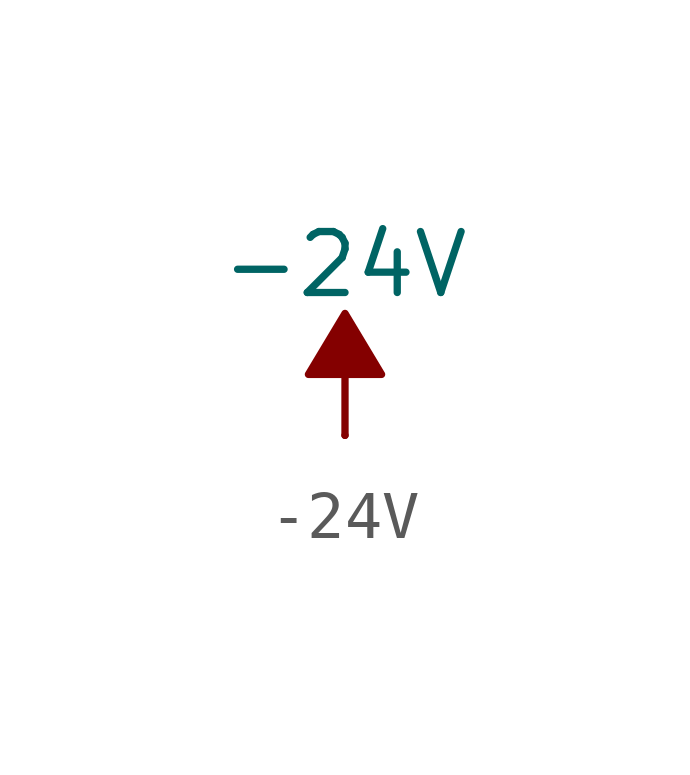
<source format=kicad_sym>
(kicad_symbol_lib
  (version 20231120)
  (generator "kicad_symbol_editor")
  (generator_version "8.0")
  (symbol "-24V"
    (power)
    (pin_numbers hide)
    (pin_names
      (offset 0) hide)
    (property "Reference" "#PWR"
      (at 0 -3.81 0)
      (effects (font (size 1.27 1.27)) (hide yes)))
    (property "Value" "-24V"
      (at 0 3.556 0)
      (effects (font (size 1.27 1.27))))
    (symbol "-24V_0_0"
      (pin power_in line (at 0 0 90) (length 0) (name "~" (effects (font (size 1.27 1.27)))) (number "1" (effects (font (size 1.27 1.27))))))
    (symbol "-24V_0_1"
      (polyline (pts (xy 0 0) (xy 0 1.27) (xy 0.762 1.27) (xy 0 2.54) (xy -0.762 1.27) (xy 0 1.27)) (stroke (width 0) (type default)) (fill (type outline))))))
</source>
